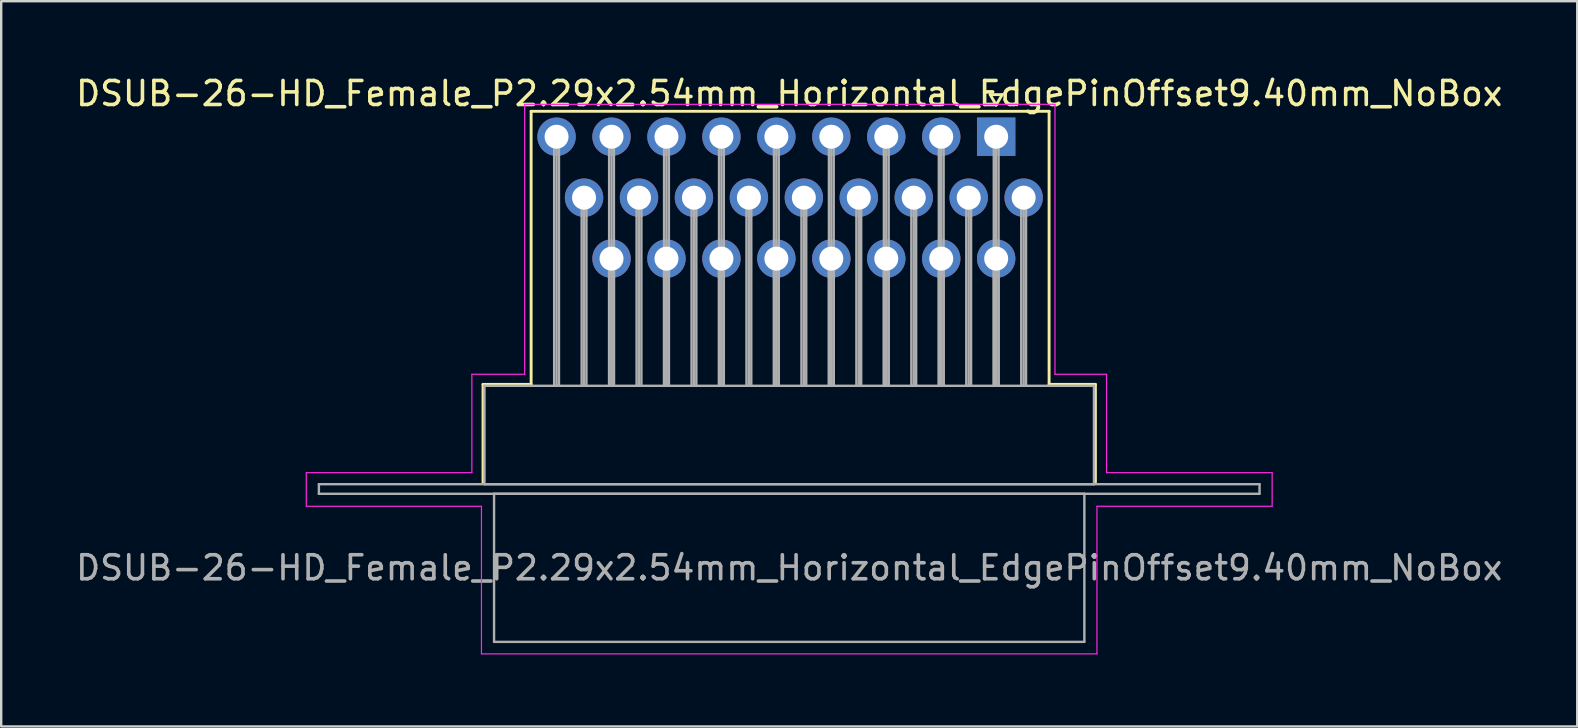
<source format=kicad_pcb>
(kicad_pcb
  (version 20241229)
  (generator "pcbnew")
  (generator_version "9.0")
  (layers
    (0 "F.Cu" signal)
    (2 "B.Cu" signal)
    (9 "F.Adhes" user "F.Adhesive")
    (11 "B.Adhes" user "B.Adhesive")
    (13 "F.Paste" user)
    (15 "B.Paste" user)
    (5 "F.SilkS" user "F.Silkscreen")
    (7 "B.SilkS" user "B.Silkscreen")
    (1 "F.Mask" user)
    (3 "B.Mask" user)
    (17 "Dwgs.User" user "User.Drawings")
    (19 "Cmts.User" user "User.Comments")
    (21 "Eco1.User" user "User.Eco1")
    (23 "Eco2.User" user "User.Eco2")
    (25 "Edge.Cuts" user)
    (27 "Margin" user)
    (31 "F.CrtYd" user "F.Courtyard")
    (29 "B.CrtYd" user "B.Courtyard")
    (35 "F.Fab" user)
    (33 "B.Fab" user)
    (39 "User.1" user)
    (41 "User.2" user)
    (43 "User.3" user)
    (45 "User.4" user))
  (footprint "DSUB-26-HD_Female_P2.29x2.54mm_Horizontal_EdgePinOffset9.40mm_NoBox"
    (layer "F.Cu")
    (at 38.464 2.648)
    (property "Reference" "DSUB-26-HD_Female_P2.29x2.54mm_Horizontal_EdgePinOffset9.40mm_NoBox" (at -8.625 -1.8 0) (layer "F.SilkS") (effects (font (size 1 1) (thickness 0.15))))
    (attr through_hole)
    (fp_line (start -21.385 10.32) (end -19.38 10.32) (stroke (width 0.12) (type solid)) (layer "F.SilkS"))
    (fp_line (start -21.385 14.42) (end -21.385 10.32) (stroke (width 0.12) (type solid)) (layer "F.SilkS"))
    (fp_line (start -19.38 -1.06) (end 2.205 -1.06) (stroke (width 0.12) (type solid)) (layer "F.SilkS"))
    (fp_line (start -19.38 10.32) (end -19.38 -1.06) (stroke (width 0.12) (type solid)) (layer "F.SilkS"))
    (fp_line (start -0.25 -1.754) (end 0.25 -1.754) (stroke (width 0.12) (type solid)) (layer "F.SilkS"))
    (fp_line (start 0 -1.321) (end -0.25 -1.754) (stroke (width 0.12) (type solid)) (layer "F.SilkS"))
    (fp_line (start 0.25 -1.754) (end 0 -1.321) (stroke (width 0.12) (type solid)) (layer "F.SilkS"))
    (fp_line (start 2.205 -1.06) (end 2.205 10.32) (stroke (width 0.12) (type solid)) (layer "F.SilkS"))
    (fp_line (start 2.205 10.32) (end 4.135 10.32) (stroke (width 0.12) (type solid)) (layer "F.SilkS"))
    (fp_line (start 4.135 10.32) (end 4.135 14.42) (stroke (width 0.12) (type solid)) (layer "F.SilkS"))
    (fp_line (start -28.75 14) (end -21.85 14) (stroke (width 0.05) (type solid)) (layer "F.CrtYd"))
    (fp_line (start -28.75 15.4) (end -28.75 14) (stroke (width 0.05) (type solid)) (layer "F.CrtYd"))
    (fp_line (start -21.85 9.9) (end -19.65 9.9) (stroke (width 0.05) (type solid)) (layer "F.CrtYd"))
    (fp_line (start -21.85 14) (end -21.85 9.9) (stroke (width 0.05) (type solid)) (layer "F.CrtYd"))
    (fp_line (start -21.45 15.4) (end -28.75 15.4) (stroke (width 0.05) (type solid)) (layer "F.CrtYd"))
    (fp_line (start -21.45 21.55) (end -21.45 15.4) (stroke (width 0.05) (type solid)) (layer "F.CrtYd"))
    (fp_line (start -19.65 -1.35) (end 2.45 -1.35) (stroke (width 0.05) (type solid)) (layer "F.CrtYd"))
    (fp_line (start -19.65 9.9) (end -19.65 -1.35) (stroke (width 0.05) (type solid)) (layer "F.CrtYd"))
    (fp_line (start 2.45 -1.35) (end 2.45 9.9) (stroke (width 0.05) (type solid)) (layer "F.CrtYd"))
    (fp_line (start 2.45 9.9) (end 4.6 9.9) (stroke (width 0.05) (type solid)) (layer "F.CrtYd"))
    (fp_line (start 4.2 15.4) (end 4.2 21.55) (stroke (width 0.05) (type solid)) (layer "F.CrtYd"))
    (fp_line (start 4.2 21.55) (end -21.45 21.55) (stroke (width 0.05) (type solid)) (layer "F.CrtYd"))
    (fp_line (start 4.6 9.9) (end 4.6 14) (stroke (width 0.05) (type solid)) (layer "F.CrtYd"))
    (fp_line (start 4.6 14) (end 11.5 14) (stroke (width 0.05) (type solid)) (layer "F.CrtYd"))
    (fp_line (start 11.5 14) (end 11.5 15.4) (stroke (width 0.05) (type solid)) (layer "F.CrtYd"))
    (fp_line (start 11.5 15.4) (end 4.2 15.4) (stroke (width 0.05) (type solid)) (layer "F.CrtYd"))
    (fp_line (start -28.225 14.48) (end -28.225 14.88) (stroke (width 0.1) (type solid)) (layer "F.Fab"))
    (fp_line (start -28.225 14.88) (end 10.975 14.88) (stroke (width 0.1) (type solid)) (layer "F.Fab"))
    (fp_line (start -21.325 10.38) (end -21.325 14.48) (stroke (width 0.1) (type solid)) (layer "F.Fab"))
    (fp_line (start -21.325 14.48) (end 4.075 14.48) (stroke (width 0.1) (type solid)) (layer "F.Fab"))
    (fp_line (start -20.925 14.88) (end -20.925 21.05) (stroke (width 0.1) (type solid)) (layer "F.Fab"))
    (fp_line (start -20.925 21.05) (end 3.675 21.05) (stroke (width 0.1) (type solid)) (layer "F.Fab"))
    (fp_line (start -18.42 0) (end -18.42 10.38) (stroke (width 0.1) (type solid)) (layer "F.Fab"))
    (fp_line (start -18.32 0) (end -18.32 10.38) (stroke (width 0.1) (type solid)) (layer "F.Fab"))
    (fp_line (start -18.22 0) (end -18.22 10.38) (stroke (width 0.1) (type solid)) (layer "F.Fab"))
    (fp_line (start -17.275 2.54) (end -17.275 10.38) (stroke (width 0.1) (type solid)) (layer "F.Fab"))
    (fp_line (start -17.175 2.54) (end -17.175 10.38) (stroke (width 0.1) (type solid)) (layer "F.Fab"))
    (fp_line (start -17.075 2.54) (end -17.075 10.38) (stroke (width 0.1) (type solid)) (layer "F.Fab"))
    (fp_line (start -16.13 0) (end -16.13 10.38) (stroke (width 0.1) (type solid)) (layer "F.Fab"))
    (fp_line (start -16.13 5.08) (end -16.13 10.38) (stroke (width 0.1) (type solid)) (layer "F.Fab"))
    (fp_line (start -16.03 0) (end -16.03 10.38) (stroke (width 0.1) (type solid)) (layer "F.Fab"))
    (fp_line (start -16.03 5.08) (end -16.03 10.38) (stroke (width 0.1) (type solid)) (layer "F.Fab"))
    (fp_line (start -15.93 0) (end -15.93 10.38) (stroke (width 0.1) (type solid)) (layer "F.Fab"))
    (fp_line (start -15.93 5.08) (end -15.93 10.38) (stroke (width 0.1) (type solid)) (layer "F.Fab"))
    (fp_line (start -14.985 2.54) (end -14.985 10.38) (stroke (width 0.1) (type solid)) (layer "F.Fab"))
    (fp_line (start -14.885 2.54) (end -14.885 10.38) (stroke (width 0.1) (type solid)) (layer "F.Fab"))
    (fp_line (start -14.785 2.54) (end -14.785 10.38) (stroke (width 0.1) (type solid)) (layer "F.Fab"))
    (fp_line (start -13.84 0) (end -13.84 10.38) (stroke (width 0.1) (type solid)) (layer "F.Fab"))
    (fp_line (start -13.84 5.08) (end -13.84 10.38) (stroke (width 0.1) (type solid)) (layer "F.Fab"))
    (fp_line (start -13.74 0) (end -13.74 10.38) (stroke (width 0.1) (type solid)) (layer "F.Fab"))
    (fp_line (start -13.74 5.08) (end -13.74 10.38) (stroke (width 0.1) (type solid)) (layer "F.Fab"))
    (fp_line (start -13.64 0) (end -13.64 10.38) (stroke (width 0.1) (type solid)) (layer "F.Fab"))
    (fp_line (start -13.64 5.08) (end -13.64 10.38) (stroke (width 0.1) (type solid)) (layer "F.Fab"))
    (fp_line (start -12.695 2.54) (end -12.695 10.38) (stroke (width 0.1) (type solid)) (layer "F.Fab"))
    (fp_line (start -12.595 2.54) (end -12.595 10.38) (stroke (width 0.1) (type solid)) (layer "F.Fab"))
    (fp_line (start -12.495 2.54) (end -12.495 10.38) (stroke (width 0.1) (type solid)) (layer "F.Fab"))
    (fp_line (start -11.55 0) (end -11.55 10.38) (stroke (width 0.1) (type solid)) (layer "F.Fab"))
    (fp_line (start -11.55 5.08) (end -11.55 10.38) (stroke (width 0.1) (type solid)) (layer "F.Fab"))
    (fp_line (start -11.45 0) (end -11.45 10.38) (stroke (width 0.1) (type solid)) (layer "F.Fab"))
    (fp_line (start -11.45 5.08) (end -11.45 10.38) (stroke (width 0.1) (type solid)) (layer "F.Fab"))
    (fp_line (start -11.35 0) (end -11.35 10.38) (stroke (width 0.1) (type solid)) (layer "F.Fab"))
    (fp_line (start -11.35 5.08) (end -11.35 10.38) (stroke (width 0.1) (type solid)) (layer "F.Fab"))
    (fp_line (start -10.405 2.54) (end -10.405 10.38) (stroke (width 0.1) (type solid)) (layer "F.Fab"))
    (fp_line (start -10.305 2.54) (end -10.305 10.38) (stroke (width 0.1) (type solid)) (layer "F.Fab"))
    (fp_line (start -10.205 2.54) (end -10.205 10.38) (stroke (width 0.1) (type solid)) (layer "F.Fab"))
    (fp_line (start -9.26 0) (end -9.26 10.38) (stroke (width 0.1) (type solid)) (layer "F.Fab"))
    (fp_line (start -9.26 5.08) (end -9.26 10.38) (stroke (width 0.1) (type solid)) (layer "F.Fab"))
    (fp_line (start -9.16 0) (end -9.16 10.38) (stroke (width 0.1) (type solid)) (layer "F.Fab"))
    (fp_line (start -9.16 5.08) (end -9.16 10.38) (stroke (width 0.1) (type solid)) (layer "F.Fab"))
    (fp_line (start -9.06 0) (end -9.06 10.38) (stroke (width 0.1) (type solid)) (layer "F.Fab"))
    (fp_line (start -9.06 5.08) (end -9.06 10.38) (stroke (width 0.1) (type solid)) (layer "F.Fab"))
    (fp_line (start -8.115 2.54) (end -8.115 10.38) (stroke (width 0.1) (type solid)) (layer "F.Fab"))
    (fp_line (start -8.015 2.54) (end -8.015 10.38) (stroke (width 0.1) (type solid)) (layer "F.Fab"))
    (fp_line (start -7.915 2.54) (end -7.915 10.38) (stroke (width 0.1) (type solid)) (layer "F.Fab"))
    (fp_line (start -6.97 0) (end -6.97 10.38) (stroke (width 0.1) (type solid)) (layer "F.Fab"))
    (fp_line (start -6.97 5.08) (end -6.97 10.38) (stroke (width 0.1) (type solid)) (layer "F.Fab"))
    (fp_line (start -6.87 0) (end -6.87 10.38) (stroke (width 0.1) (type solid)) (layer "F.Fab"))
    (fp_line (start -6.87 5.08) (end -6.87 10.38) (stroke (width 0.1) (type solid)) (layer "F.Fab"))
    (fp_line (start -6.77 0) (end -6.77 10.38) (stroke (width 0.1) (type solid)) (layer "F.Fab"))
    (fp_line (start -6.77 5.08) (end -6.77 10.38) (stroke (width 0.1) (type solid)) (layer "F.Fab"))
    (fp_line (start -5.825 2.54) (end -5.825 10.38) (stroke (width 0.1) (type solid)) (layer "F.Fab"))
    (fp_line (start -5.725 2.54) (end -5.725 10.38) (stroke (width 0.1) (type solid)) (layer "F.Fab"))
    (fp_line (start -5.625 2.54) (end -5.625 10.38) (stroke (width 0.1) (type solid)) (layer "F.Fab"))
    (fp_line (start -4.68 0) (end -4.68 10.38) (stroke (width 0.1) (type solid)) (layer "F.Fab"))
    (fp_line (start -4.68 5.08) (end -4.68 10.38) (stroke (width 0.1) (type solid)) (layer "F.Fab"))
    (fp_line (start -4.58 0) (end -4.58 10.38) (stroke (width 0.1) (type solid)) (layer "F.Fab"))
    (fp_line (start -4.58 5.08) (end -4.58 10.38) (stroke (width 0.1) (type solid)) (layer "F.Fab"))
    (fp_line (start -4.48 0) (end -4.48 10.38) (stroke (width 0.1) (type solid)) (layer "F.Fab"))
    (fp_line (start -4.48 5.08) (end -4.48 10.38) (stroke (width 0.1) (type solid)) (layer "F.Fab"))
    (fp_line (start -3.535 2.54) (end -3.535 10.38) (stroke (width 0.1) (type solid)) (layer "F.Fab"))
    (fp_line (start -3.435 2.54) (end -3.435 10.38) (stroke (width 0.1) (type solid)) (layer "F.Fab"))
    (fp_line (start -3.335 2.54) (end -3.335 10.38) (stroke (width 0.1) (type solid)) (layer "F.Fab"))
    (fp_line (start -2.39 0) (end -2.39 10.38) (stroke (width 0.1) (type solid)) (layer "F.Fab"))
    (fp_line (start -2.39 5.08) (end -2.39 10.38) (stroke (width 0.1) (type solid)) (layer "F.Fab"))
    (fp_line (start -2.29 0) (end -2.29 10.38) (stroke (width 0.1) (type solid)) (layer "F.Fab"))
    (fp_line (start -2.29 5.08) (end -2.29 10.38) (stroke (width 0.1) (type solid)) (layer "F.Fab"))
    (fp_line (start -2.19 0) (end -2.19 10.38) (stroke (width 0.1) (type solid)) (layer "F.Fab"))
    (fp_line (start -2.19 5.08) (end -2.19 10.38) (stroke (width 0.1) (type solid)) (layer "F.Fab"))
    (fp_line (start -1.245 2.54) (end -1.245 10.38) (stroke (width 0.1) (type solid)) (layer "F.Fab"))
    (fp_line (start -1.145 2.54) (end -1.145 10.38) (stroke (width 0.1) (type solid)) (layer "F.Fab"))
    (fp_line (start -1.045 2.54) (end -1.045 10.38) (stroke (width 0.1) (type solid)) (layer "F.Fab"))
    (fp_line (start -0.1 0) (end -0.1 10.38) (stroke (width 0.1) (type solid)) (layer "F.Fab"))
    (fp_line (start -0.1 5.08) (end -0.1 10.38) (stroke (width 0.1) (type solid)) (layer "F.Fab"))
    (fp_line (start 0 0) (end 0 10.38) (stroke (width 0.1) (type solid)) (layer "F.Fab"))
    (fp_line (start 0 5.08) (end 0 10.38) (stroke (width 0.1) (type solid)) (layer "F.Fab"))
    (fp_line (start 0.1 0) (end 0.1 10.38) (stroke (width 0.1) (type solid)) (layer "F.Fab"))
    (fp_line (start 0.1 5.08) (end 0.1 10.38) (stroke (width 0.1) (type solid)) (layer "F.Fab"))
    (fp_line (start 1.045 2.54) (end 1.045 10.38) (stroke (width 0.1) (type solid)) (layer "F.Fab"))
    (fp_line (start 1.145 2.54) (end 1.145 10.38) (stroke (width 0.1) (type solid)) (layer "F.Fab"))
    (fp_line (start 1.245 2.54) (end 1.245 10.38) (stroke (width 0.1) (type solid)) (layer "F.Fab"))
    (fp_line (start 3.675 14.88) (end -20.925 14.88) (stroke (width 0.1) (type solid)) (layer "F.Fab"))
    (fp_line (start 3.675 21.05) (end 3.675 14.88) (stroke (width 0.1) (type solid)) (layer "F.Fab"))
    (fp_line (start 4.075 10.38) (end -21.325 10.38) (stroke (width 0.1) (type solid)) (layer "F.Fab"))
    (fp_line (start 4.075 14.48) (end 4.075 10.38) (stroke (width 0.1) (type solid)) (layer "F.Fab"))
    (fp_line (start 10.975 14.48) (end -28.225 14.48) (stroke (width 0.1) (type solid)) (layer "F.Fab"))
    (fp_line (start 10.975 14.88) (end 10.975 14.48) (stroke (width 0.1) (type solid)) (layer "F.Fab"))
    (fp_text user "${REFERENCE}" (at -8.625 17.965 0) (layer "F.Fab") (effects (font (size 1 1) (thickness 0.15))))
    (pad "1" thru_hole rect (at 0 0) (size 1.6 1.6) (drill 1) (layers "*.Cu" "*.Mask"))
    (pad "2" thru_hole circle (at -2.29 0) (size 1.6 1.6) (drill 1) (layers "*.Cu" "*.Mask"))
    (pad "3" thru_hole circle (at -4.58 0) (size 1.6 1.6) (drill 1) (layers "*.Cu" "*.Mask"))
    (pad "4" thru_hole circle (at -6.87 0) (size 1.6 1.6) (drill 1) (layers "*.Cu" "*.Mask"))
    (pad "5" thru_hole circle (at -9.16 0) (size 1.6 1.6) (drill 1) (layers "*.Cu" "*.Mask"))
    (pad "6" thru_hole circle (at -11.45 0) (size 1.6 1.6) (drill 1) (layers "*.Cu" "*.Mask"))
    (pad "7" thru_hole circle (at -13.74 0) (size 1.6 1.6) (drill 1) (layers "*.Cu" "*.Mask"))
    (pad "8" thru_hole circle (at -16.03 0) (size 1.6 1.6) (drill 1) (layers "*.Cu" "*.Mask"))
    (pad "9" thru_hole circle (at -18.32 0) (size 1.6 1.6) (drill 1) (layers "*.Cu" "*.Mask"))
    (pad "10" thru_hole circle (at 1.145 2.54) (size 1.6 1.6) (drill 1) (layers "*.Cu" "*.Mask"))
    (pad "11" thru_hole circle (at -1.145 2.54) (size 1.6 1.6) (drill 1) (layers "*.Cu" "*.Mask"))
    (pad "12" thru_hole circle (at -3.435 2.54) (size 1.6 1.6) (drill 1) (layers "*.Cu" "*.Mask"))
    (pad "13" thru_hole circle (at -5.725 2.54) (size 1.6 1.6) (drill 1) (layers "*.Cu" "*.Mask"))
    (pad "14" thru_hole circle (at -8.015 2.54) (size 1.6 1.6) (drill 1) (layers "*.Cu" "*.Mask"))
    (pad "15" thru_hole circle (at -10.305 2.54) (size 1.6 1.6) (drill 1) (layers "*.Cu" "*.Mask"))
    (pad "16" thru_hole circle (at -12.595 2.54) (size 1.6 1.6) (drill 1) (layers "*.Cu" "*.Mask"))
    (pad "17" thru_hole circle (at -14.885 2.54) (size 1.6 1.6) (drill 1) (layers "*.Cu" "*.Mask"))
    (pad "18" thru_hole circle (at -17.175 2.54) (size 1.6 1.6) (drill 1) (layers "*.Cu" "*.Mask"))
    (pad "19" thru_hole circle (at 0 5.08) (size 1.6 1.6) (drill 1) (layers "*.Cu" "*.Mask"))
    (pad "20" thru_hole circle (at -2.29 5.08) (size 1.6 1.6) (drill 1) (layers "*.Cu" "*.Mask"))
    (pad "21" thru_hole circle (at -4.58 5.08) (size 1.6 1.6) (drill 1) (layers "*.Cu" "*.Mask"))
    (pad "22" thru_hole circle (at -6.87 5.08) (size 1.6 1.6) (drill 1) (layers "*.Cu" "*.Mask"))
    (pad "23" thru_hole circle (at -9.16 5.08) (size 1.6 1.6) (drill 1) (layers "*.Cu" "*.Mask"))
    (pad "24" thru_hole circle (at -11.45 5.08) (size 1.6 1.6) (drill 1) (layers "*.Cu" "*.Mask"))
    (pad "25" thru_hole circle (at -13.74 5.08) (size 1.6 1.6) (drill 1) (layers "*.Cu" "*.Mask"))
    (pad "26" thru_hole circle (at -16.03 5.08) (size 1.6 1.6) (drill 1) (layers "*.Cu" "*.Mask")))
  (gr_rect
    (start -3 -3)
    (end 62.679 27.223)
    (stroke (width 0.1) (type default))
    (fill no)
    (layer "Edge.Cuts")))
</source>
